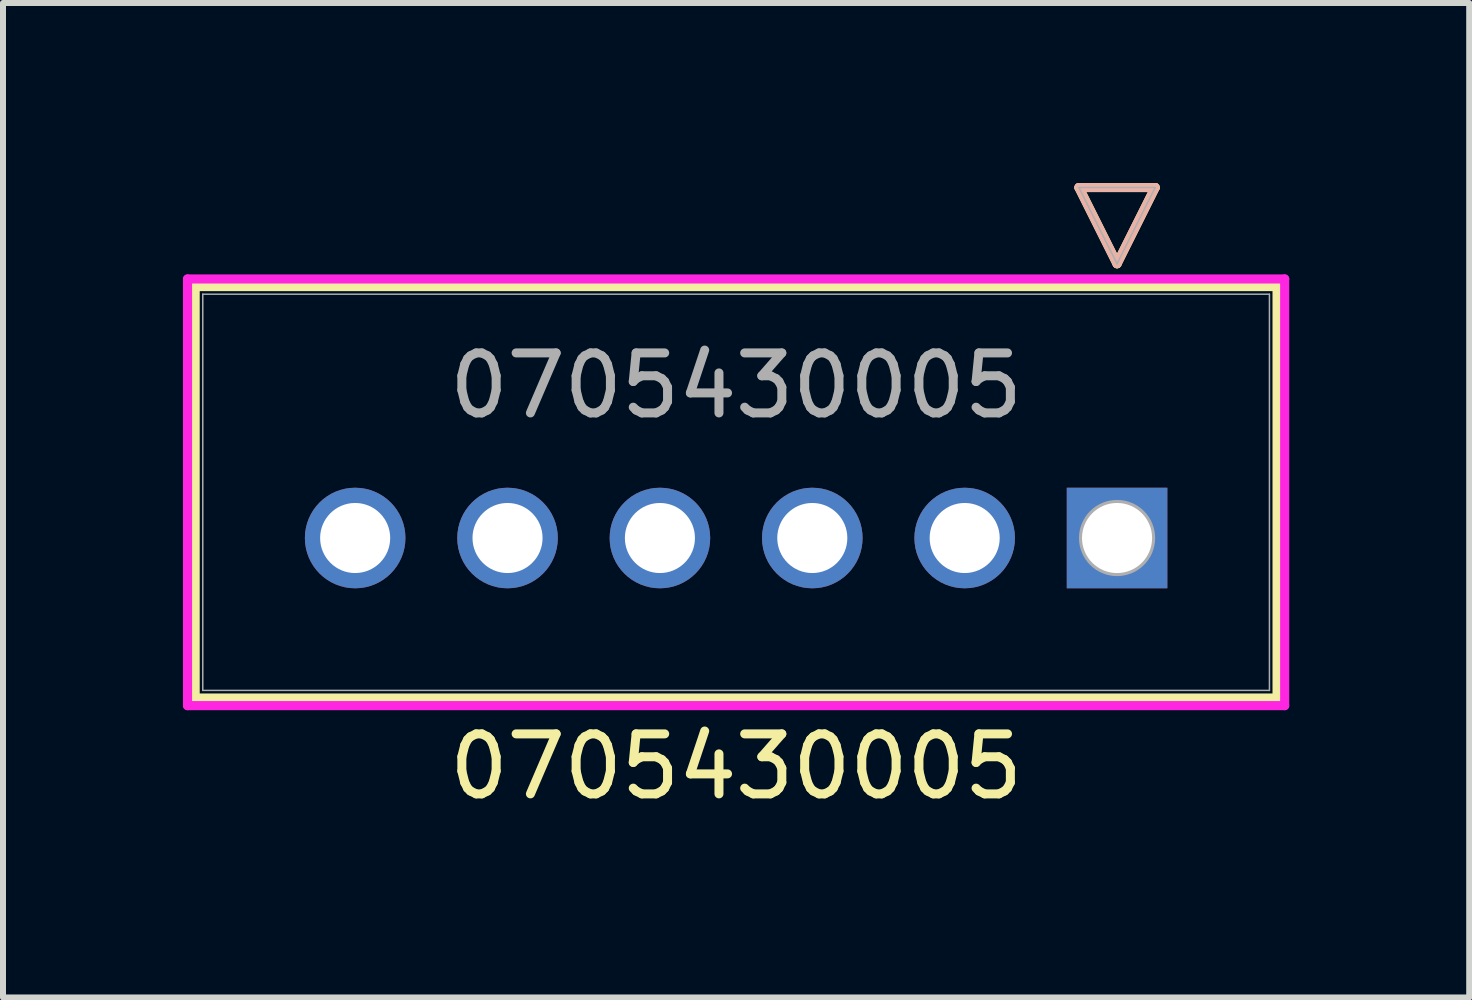
<source format=kicad_pcb>
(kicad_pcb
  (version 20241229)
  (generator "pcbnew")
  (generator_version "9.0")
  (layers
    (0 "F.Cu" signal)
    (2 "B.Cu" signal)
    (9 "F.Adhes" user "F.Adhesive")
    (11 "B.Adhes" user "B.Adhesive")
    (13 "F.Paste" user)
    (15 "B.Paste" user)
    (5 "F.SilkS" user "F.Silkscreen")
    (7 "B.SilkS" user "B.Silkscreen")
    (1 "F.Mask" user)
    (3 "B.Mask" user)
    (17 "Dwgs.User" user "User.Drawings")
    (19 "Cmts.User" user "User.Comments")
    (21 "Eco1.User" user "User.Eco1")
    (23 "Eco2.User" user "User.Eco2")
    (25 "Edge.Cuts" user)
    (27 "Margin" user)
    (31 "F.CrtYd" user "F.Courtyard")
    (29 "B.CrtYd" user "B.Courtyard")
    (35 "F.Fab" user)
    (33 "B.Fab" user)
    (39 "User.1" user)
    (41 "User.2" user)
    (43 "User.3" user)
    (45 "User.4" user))
  (footprint "0705430005"
    (layer "F.Cu")
    (at 15.57 5.918)
    (property "Reference" "0705430005" (at -6.35 3.81 0) (unlocked yes) (layer "F.SilkS") (effects (font (size 1 1) (thickness 0.15))))
    (attr through_hole)
    (fp_line (start -15.367 -4.191) (end -15.367 2.667) (stroke (width 0.152) (type solid)) (layer "F.SilkS"))
    (fp_line (start -15.367 2.667) (end 2.667 2.667) (stroke (width 0.152) (type solid)) (layer "F.SilkS"))
    (fp_line (start -0.635 -5.842) (end 0 -4.572) (stroke (width 0.152) (type solid)) (layer "F.SilkS"))
    (fp_line (start -0.635 -5.842) (end 0.635 -5.842) (stroke (width 0.152) (type solid)) (layer "F.SilkS"))
    (fp_line (start 0.635 -5.842) (end 0 -4.572) (stroke (width 0.152) (type solid)) (layer "F.SilkS"))
    (fp_line (start 2.667 -4.191) (end -15.367 -4.191) (stroke (width 0.152) (type solid)) (layer "F.SilkS"))
    (fp_line (start 2.667 2.667) (end 2.667 -4.191) (stroke (width 0.152) (type solid)) (layer "F.SilkS"))
    (fp_line (start -0.635 -5.842) (end 0 -4.572) (stroke (width 0.152) (type solid)) (layer "B.SilkS"))
    (fp_line (start -0.635 -5.842) (end 0.635 -5.842) (stroke (width 0.152) (type solid)) (layer "B.SilkS"))
    (fp_line (start 0.635 -5.842) (end 0 -4.572) (stroke (width 0.152) (type solid)) (layer "B.SilkS"))
    (fp_line (start -15.494 -4.318) (end -15.494 2.794) (stroke (width 0.152) (type solid)) (layer "F.CrtYd"))
    (fp_line (start -15.494 2.794) (end 2.794 2.794) (stroke (width 0.152) (type solid)) (layer "F.CrtYd"))
    (fp_line (start 2.794 -4.318) (end -15.494 -4.318) (stroke (width 0.152) (type solid)) (layer "F.CrtYd"))
    (fp_line (start 2.794 2.794) (end 2.794 -4.318) (stroke (width 0.152) (type solid)) (layer "F.CrtYd"))
    (fp_line (start -15.24 -4.064) (end -15.24 2.54) (stroke (width 0.025) (type solid)) (layer "F.Fab"))
    (fp_line (start -15.24 2.54) (end 2.54 2.54) (stroke (width 0.025) (type solid)) (layer "F.Fab"))
    (fp_line (start -0.635 -5.842) (end 0 -4.572) (stroke (width 0.025) (type solid)) (layer "F.Fab"))
    (fp_line (start -0.635 -5.842) (end 0.635 -5.842) (stroke (width 0.025) (type solid)) (layer "F.Fab"))
    (fp_line (start 0.635 -5.842) (end 0 -4.572) (stroke (width 0.025) (type solid)) (layer "F.Fab"))
    (fp_line (start 2.54 -4.064) (end -15.24 -4.064) (stroke (width 0.025) (type solid)) (layer "F.Fab"))
    (fp_line (start 2.54 2.54) (end 2.54 -4.064) (stroke (width 0.025) (type solid)) (layer "F.Fab"))
    (fp_circle (center 0 0) (end 0.381 0) (stroke (width 0.508) (type solid)) (fill no) (layer "F.Fab"))
    (fp_text user "${REFERENCE}" (at -6.35 -2.54 0) (unlocked yes) (layer "F.Fab") (effects (font (size 1 1) (thickness 0.15))))
    (pad "1" thru_hole rect (at 0 0) (size 1.676 1.676) (drill 1.168) (layers "*.Cu" "*.Mask"))
    (pad "2" thru_hole circle (at -2.54 0) (size 1.676 1.676) (drill 1.168) (layers "*.Cu" "*.Mask"))
    (pad "3" thru_hole circle (at -5.08 0) (size 1.676 1.676) (drill 1.168) (layers "*.Cu" "*.Mask"))
    (pad "4" thru_hole circle (at -7.62 0) (size 1.676 1.676) (drill 1.168) (layers "*.Cu" "*.Mask"))
    (pad "5" thru_hole circle (at -10.16 0) (size 1.676 1.676) (drill 1.168) (layers "*.Cu" "*.Mask"))
    (pad "6" thru_hole circle (at -12.7 0) (size 1.676 1.676) (drill 1.168) (layers "*.Cu" "*.Mask")))
  (gr_rect
    (start -3 -3)
    (end 21.44 13.576)
    (stroke (width 0.1) (type default))
    (fill no)
    (layer "Edge.Cuts")))
</source>
